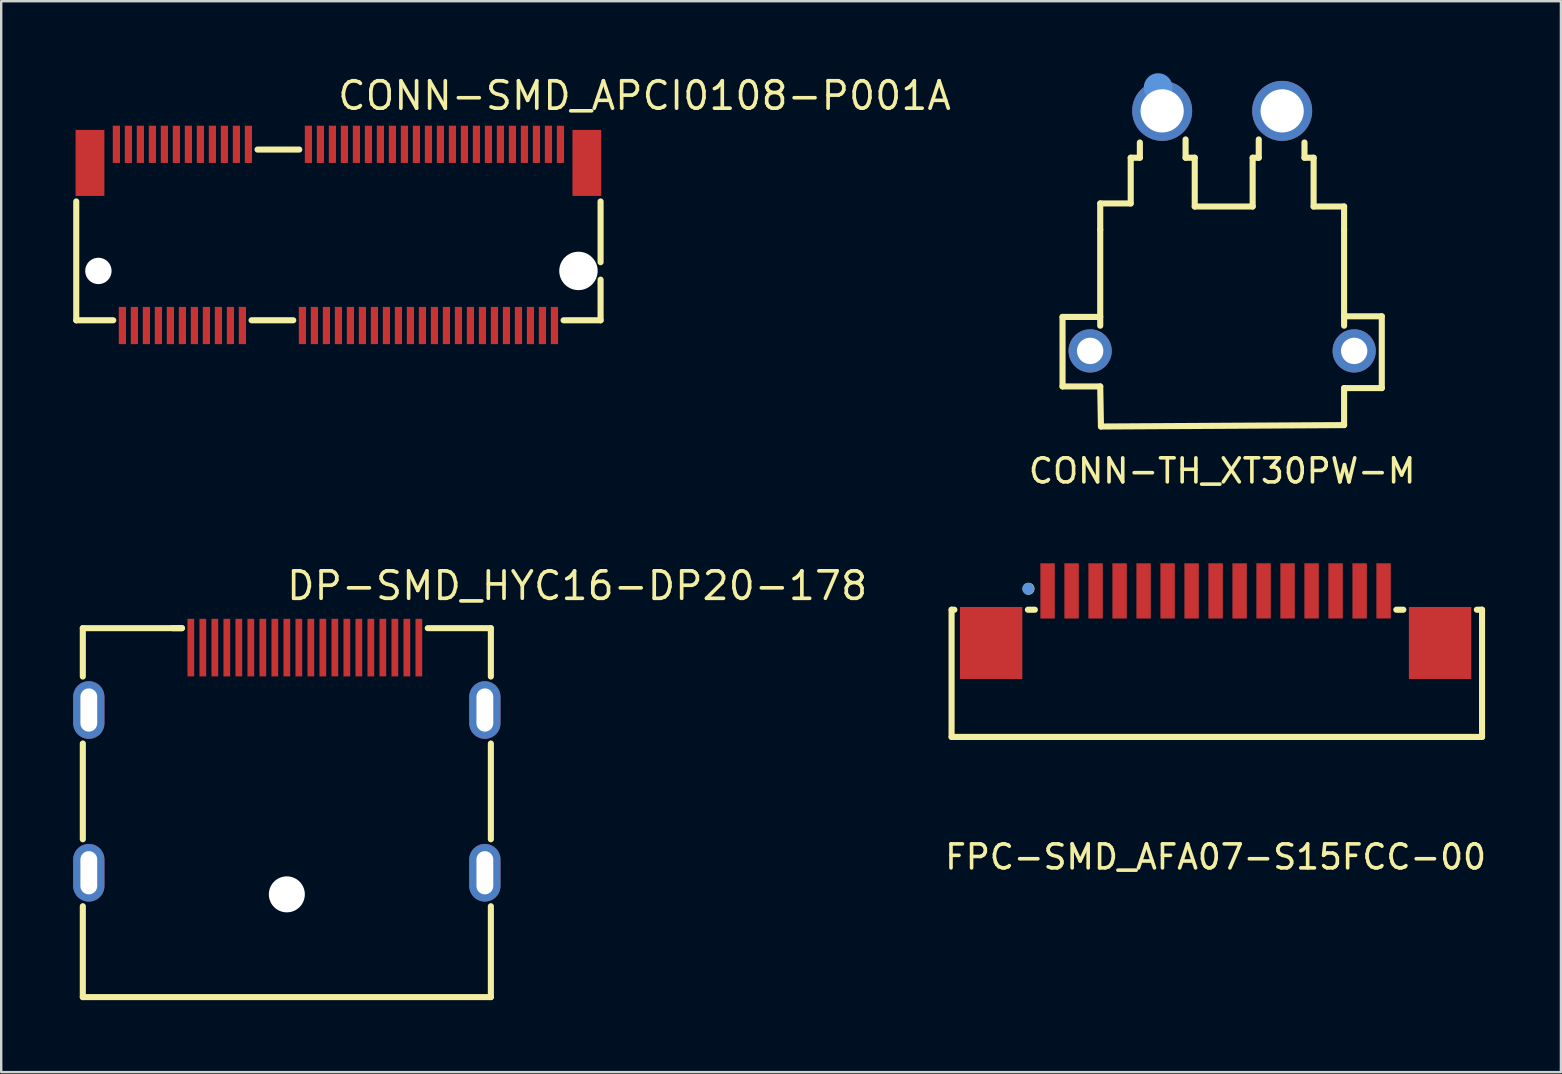
<source format=kicad_pcb>
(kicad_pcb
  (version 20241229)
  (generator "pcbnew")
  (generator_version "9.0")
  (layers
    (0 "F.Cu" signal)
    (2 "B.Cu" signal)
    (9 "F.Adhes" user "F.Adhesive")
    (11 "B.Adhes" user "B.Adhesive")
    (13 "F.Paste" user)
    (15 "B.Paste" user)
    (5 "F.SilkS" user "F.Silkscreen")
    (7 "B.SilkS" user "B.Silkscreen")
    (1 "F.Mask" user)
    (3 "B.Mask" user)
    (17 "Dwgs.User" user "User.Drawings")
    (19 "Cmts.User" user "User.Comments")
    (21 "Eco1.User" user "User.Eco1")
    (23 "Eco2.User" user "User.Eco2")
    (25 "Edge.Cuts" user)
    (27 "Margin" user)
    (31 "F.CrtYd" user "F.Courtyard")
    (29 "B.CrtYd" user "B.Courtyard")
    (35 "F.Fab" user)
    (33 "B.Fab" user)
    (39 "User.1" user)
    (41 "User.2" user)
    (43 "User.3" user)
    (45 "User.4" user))
  (footprint "CONN-TH_XT30PW-M"
    (layer "F.Cu")
    (at 47.867 6.569)
    (property "Reference" "CONN-TH_XT30PW-M" (at 0 10 0) (layer "F.SilkS") (effects (font (size 1 1) (thickness 0.15))))
    (attr through_hole)
    (fp_line (start -6.65 3.585) (end -6.65 6.48) (stroke (width 0.254) (type solid)) (layer "F.SilkS"))
    (fp_line (start -6.65 3.585) (end -5.08 3.585) (stroke (width 0.254) (type solid)) (layer "F.SilkS"))
    (fp_line (start -6.65 6.48) (end -5.08 6.48) (stroke (width 0.254) (type solid)) (layer "F.SilkS"))
    (fp_line (start -5.08 3.95) (end -5.08 -0.047) (stroke (width 0.254) (type solid)) (layer "F.SilkS"))
    (fp_line (start -5.08 6.481) (end -5.05 8.15) (stroke (width 0.254) (type solid)) (layer "F.SilkS"))
    (fp_line (start -5.08 -1.143) (end -5.08 -0.047) (stroke (width 0.254) (type solid)) (layer "F.SilkS"))
    (fp_line (start -5.05 8.15) (end 5.08 8.091) (stroke (width 0.254) (type solid)) (layer "F.SilkS"))
    (fp_line (start -3.81 -3.048) (end -3.81 -1.143) (stroke (width 0.254) (type solid)) (layer "F.SilkS"))
    (fp_line (start -3.81 -1.143) (end -5.08 -1.143) (stroke (width 0.254) (type solid)) (layer "F.SilkS"))
    (fp_line (start -3.429 -3.683) (end -3.429 -3.048) (stroke (width 0.254) (type solid)) (layer "F.SilkS"))
    (fp_line (start -3.429 -3.048) (end -3.81 -3.048) (stroke (width 0.254) (type solid)) (layer "F.SilkS"))
    (fp_line (start -1.524 -3.81) (end -1.524 -3.048) (stroke (width 0.254) (type solid)) (layer "F.SilkS"))
    (fp_line (start -1.524 -3.048) (end -1.143 -3.048) (stroke (width 0.254) (type solid)) (layer "F.SilkS"))
    (fp_line (start -1.143 -3.048) (end -1.143 -1.016) (stroke (width 0.254) (type solid)) (layer "F.SilkS"))
    (fp_line (start -1.143 -1.016) (end 1.27 -1.016) (stroke (width 0.254) (type solid)) (layer "F.SilkS"))
    (fp_line (start 1.27 -3.048) (end 1.524 -3.048) (stroke (width 0.254) (type solid)) (layer "F.SilkS"))
    (fp_line (start 1.27 -1.016) (end 1.27 -3.048) (stroke (width 0.254) (type solid)) (layer "F.SilkS"))
    (fp_line (start 1.524 -3.048) (end 1.524 -3.81) (stroke (width 0.254) (type solid)) (layer "F.SilkS"))
    (fp_line (start 3.429 -3.683) (end 3.429 -3.048) (stroke (width 0.254) (type solid)) (layer "F.SilkS"))
    (fp_line (start 3.429 -3.048) (end 3.81 -3.048) (stroke (width 0.254) (type solid)) (layer "F.SilkS"))
    (fp_line (start 3.81 -3.048) (end 3.81 -1.016) (stroke (width 0.254) (type solid)) (layer "F.SilkS"))
    (fp_line (start 3.81 -1.016) (end 5.08 -1.016) (stroke (width 0.254) (type solid)) (layer "F.SilkS"))
    (fp_line (start 5.08 3.559) (end 6.65 3.559) (stroke (width 0.254) (type solid)) (layer "F.SilkS"))
    (fp_line (start 5.08 3.95) (end 5.08 -0.047) (stroke (width 0.254) (type solid)) (layer "F.SilkS"))
    (fp_line (start 5.08 6.55) (end 6.65 6.55) (stroke (width 0.254) (type solid)) (layer "F.SilkS"))
    (fp_line (start 5.08 8.091) (end 5.08 6.549) (stroke (width 0.254) (type solid)) (layer "F.SilkS"))
    (fp_line (start 5.08 -1.016) (end 5.08 -0.047) (stroke (width 0.254) (type solid)) (layer "F.SilkS"))
    (fp_line (start 6.65 3.559) (end 6.65 6.55) (stroke (width 0.254) (type solid)) (layer "F.SilkS"))
    (fp_circle (center -2.667 -5.969) (end -2.667 -5.669) (stroke (width 0.6) (type solid)) (fill no) (layer "Cmts.User"))
    (pad "1" thru_hole circle (at -2.5 -5) (size 2.5 2.5) (drill 1.8) (layers "*.Cu" "*.Mask"))
    (pad "2" thru_hole circle (at 2.5 -5) (size 2.5 2.5) (drill 1.8) (layers "*.Cu" "*.Mask"))
    (pad "3" thru_hole circle (at 5.5 5) (size 1.8 1.8) (drill 1.1) (layers "*.Cu" "*.Mask"))
    (pad "4" thru_hole circle (at -5.5 5) (size 1.8 1.8) (drill 1.1) (layers "*.Cu" "*.Mask")))
  (footprint "DP-SMD_HYC16-DP20-178"
    (layer "F.Cu")
    (at 8.9 28.62)
    (property "Reference" "DP-SMD_HYC16-DP20-178" (at -0.088 -7.266 0) (layer "F.SilkS") (effects (font (size 1.143 1.143) (thickness 0.152)) (justify left)))
    (attr through_hole)
    (fp_line (start -8.5 -5.5) (end -8.5 -3.485) (stroke (width 0.254) (type solid)) (layer "F.SilkS"))
    (fp_line (start -8.5 -0.695) (end -8.5 3.295) (stroke (width 0.254) (type solid)) (layer "F.SilkS"))
    (fp_line (start -8.5 6.085) (end -8.5 9.87) (stroke (width 0.254) (type solid)) (layer "F.SilkS"))
    (fp_line (start -4.371 -5.5) (end -8.5 -5.5) (stroke (width 0.254) (type solid)) (layer "F.SilkS"))
    (fp_line (start -4.371 -5.5) (end -4.752 -5.5) (stroke (width 0.254) (type solid)) (layer "F.SilkS"))
    (fp_line (start 5.871 -5.5) (end 8.5 -5.5) (stroke (width 0.254) (type solid)) (layer "F.SilkS"))
    (fp_line (start 8.5 -5.5) (end 8.5 -3.485) (stroke (width 0.254) (type solid)) (layer "F.SilkS"))
    (fp_line (start 8.5 -0.695) (end 8.5 3.295) (stroke (width 0.254) (type solid)) (layer "F.SilkS"))
    (fp_line (start 8.5 6.085) (end 8.5 9.87) (stroke (width 0.254) (type solid)) (layer "F.SilkS"))
    (fp_line (start 8.5 9.87) (end -8.5 9.87) (stroke (width 0.254) (type solid)) (layer "F.SilkS"))
    (fp_circle (center 0 5.59) (end 0 5.915) (stroke (width 0.65) (type solid)) (fill no) (layer "Cmts.User"))
    (pad "" np_thru_hole circle (at 0 5.59) (size 1.5 1.5) (drill 1.5) (layers "*.Cu" "*.Mask"))
    (pad "1" smd rect (at 5.5 -4.69) (size 0.28 2.4) (layers "F.Cu" "F.Mask" "F.Paste"))
    (pad "2" smd rect (at 5 -4.69) (size 0.28 2.4) (layers "F.Cu" "F.Mask" "F.Paste"))
    (pad "3" smd rect (at 4.5 -4.69) (size 0.28 2.4) (layers "F.Cu" "F.Mask" "F.Paste"))
    (pad "4" smd rect (at 4 -4.69) (size 0.28 2.4) (layers "F.Cu" "F.Mask" "F.Paste"))
    (pad "5" smd rect (at 3.5 -4.69) (size 0.28 2.4) (layers "F.Cu" "F.Mask" "F.Paste"))
    (pad "6" smd rect (at 3 -4.69) (size 0.28 2.4) (layers "F.Cu" "F.Mask" "F.Paste"))
    (pad "7" smd rect (at 2.5 -4.69) (size 0.28 2.4) (layers "F.Cu" "F.Mask" "F.Paste"))
    (pad "8" smd rect (at 2 -4.69) (size 0.28 2.4) (layers "F.Cu" "F.Mask" "F.Paste"))
    (pad "9" smd rect (at 1.5 -4.69) (size 0.28 2.4) (layers "F.Cu" "F.Mask" "F.Paste"))
    (pad "10" smd rect (at 1 -4.69) (size 0.28 2.4) (layers "F.Cu" "F.Mask" "F.Paste"))
    (pad "11" smd rect (at 0.5 -4.69) (size 0.28 2.4) (layers "F.Cu" "F.Mask" "F.Paste"))
    (pad "12" smd rect (at 0 -4.69) (size 0.28 2.4) (layers "F.Cu" "F.Mask" "F.Paste"))
    (pad "13" smd rect (at -0.5 -4.69) (size 0.28 2.4) (layers "F.Cu" "F.Mask" "F.Paste"))
    (pad "14" smd rect (at -1 -4.69) (size 0.28 2.4) (layers "F.Cu" "F.Mask" "F.Paste"))
    (pad "15" smd rect (at -1.5 -4.69) (size 0.28 2.4) (layers "F.Cu" "F.Mask" "F.Paste"))
    (pad "16" smd rect (at -2 -4.69) (size 0.28 2.4) (layers "F.Cu" "F.Mask" "F.Paste"))
    (pad "17" smd rect (at -2.5 -4.69) (size 0.28 2.4) (layers "F.Cu" "F.Mask" "F.Paste"))
    (pad "18" smd rect (at -3 -4.69) (size 0.28 2.4) (layers "F.Cu" "F.Mask" "F.Paste"))
    (pad "19" smd rect (at -3.5 -4.69) (size 0.28 2.4) (layers "F.Cu" "F.Mask" "F.Paste"))
    (pad "20" smd rect (at -4 -4.69) (size 0.28 2.4) (layers "F.Cu" "F.Mask" "F.Paste"))
    (pad "21" thru_hole oval (at -8.25 -2.09) (size 1.3 2.4) (drill oval 0.7 1.8) (layers "*.Cu" "*.Mask"))
    (pad "22" thru_hole oval (at -8.25 4.69) (size 1.3 2.4) (drill oval 0.7 1.8) (layers "*.Cu" "*.Mask"))
    (pad "23" thru_hole oval (at 8.25 4.69) (size 1.3 2.4) (drill oval 0.7 1.8) (layers "*.Cu" "*.Mask"))
    (pad "24" thru_hole oval (at 8.25 -2.09) (size 1.3 2.4) (drill oval 0.7 1.8) (layers "*.Cu" "*.Mask")))
  (footprint "CONN-SMD_APCI0108-P001A"
    (layer "F.Cu")
    (at 11.049 6.737)
    (property "Reference" "CONN-SMD_APCI0108-P001A" (at -0.11 -5.801 0) (layer "F.SilkS") (effects (font (size 1.143 1.143) (thickness 0.152)) (justify left)))
    (attr through_hole)
    (fp_line (start -10.922 3.556) (end -10.922 -1.394) (stroke (width 0.254) (type solid)) (layer "F.SilkS"))
    (fp_line (start -9.381 3.556) (end -10.922 3.556) (stroke (width 0.254) (type solid)) (layer "F.SilkS"))
    (fp_line (start -3.369 -3.556) (end -1.631 -3.556) (stroke (width 0.254) (type solid)) (layer "F.SilkS"))
    (fp_line (start -1.881 3.556) (end -3.619 3.556) (stroke (width 0.254) (type solid)) (layer "F.SilkS"))
    (fp_line (start 10.922 -1.394) (end 10.922 1.136) (stroke (width 0.254) (type solid)) (layer "F.SilkS"))
    (fp_line (start 10.922 1.864) (end 10.922 3.556) (stroke (width 0.254) (type solid)) (layer "F.SilkS"))
    (fp_line (start 10.922 3.556) (end 9.381 3.556) (stroke (width 0.254) (type solid)) (layer "F.SilkS"))
    (fp_circle (center -10 1.5) (end -10 1.738) (stroke (width 0.475) (type solid)) (fill no) (layer "Cmts.User"))
    (fp_circle (center 10 1.5) (end 10 1.863) (stroke (width 0.725) (type solid)) (fill no) (layer "Cmts.User"))
    (pad "" np_thru_hole circle (at -10 1.5) (size 1.1 1.1) (drill 1.1) (layers "*.Cu" "*.Mask"))
    (pad "" np_thru_hole circle (at 10 1.5) (size 1.6 1.6) (drill 1.6) (layers "*.Cu" "*.Mask"))
    (pad "1" smd rect (at -9.25 -3.775) (size 0.3 1.55) (layers "F.Cu" "F.Mask" "F.Paste"))
    (pad "2" smd rect (at -9 3.775) (size 0.3 1.55) (layers "F.Cu" "F.Mask" "F.Paste"))
    (pad "3" smd rect (at -8.75 -3.775) (size 0.3 1.55) (layers "F.Cu" "F.Mask" "F.Paste"))
    (pad "4" smd rect (at -8.5 3.775) (size 0.3 1.55) (layers "F.Cu" "F.Mask" "F.Paste"))
    (pad "5" smd rect (at -8.25 -3.775) (size 0.3 1.55) (layers "F.Cu" "F.Mask" "F.Paste"))
    (pad "6" smd rect (at -8 3.775) (size 0.3 1.55) (layers "F.Cu" "F.Mask" "F.Paste"))
    (pad "7" smd rect (at -7.75 -3.775) (size 0.3 1.55) (layers "F.Cu" "F.Mask" "F.Paste"))
    (pad "8" smd rect (at -7.5 3.775) (size 0.3 1.55) (layers "F.Cu" "F.Mask" "F.Paste"))
    (pad "9" smd rect (at -7.25 -3.775) (size 0.3 1.55) (layers "F.Cu" "F.Mask" "F.Paste"))
    (pad "10" smd rect (at -7 3.775) (size 0.3 1.55) (layers "F.Cu" "F.Mask" "F.Paste"))
    (pad "11" smd rect (at -6.75 -3.775) (size 0.3 1.55) (layers "F.Cu" "F.Mask" "F.Paste"))
    (pad "12" smd rect (at -6.5 3.775) (size 0.3 1.55) (layers "F.Cu" "F.Mask" "F.Paste"))
    (pad "13" smd rect (at -6.25 -3.775) (size 0.3 1.55) (layers "F.Cu" "F.Mask" "F.Paste"))
    (pad "14" smd rect (at -6 3.775) (size 0.3 1.55) (layers "F.Cu" "F.Mask" "F.Paste"))
    (pad "15" smd rect (at -5.75 -3.775) (size 0.3 1.55) (layers "F.Cu" "F.Mask" "F.Paste"))
    (pad "16" smd rect (at -5.5 3.775) (size 0.3 1.55) (layers "F.Cu" "F.Mask" "F.Paste"))
    (pad "17" smd rect (at -5.25 -3.775) (size 0.3 1.55) (layers "F.Cu" "F.Mask" "F.Paste"))
    (pad "18" smd rect (at -5 3.775) (size 0.3 1.55) (layers "F.Cu" "F.Mask" "F.Paste"))
    (pad "19" smd rect (at -4.75 -3.775) (size 0.3 1.55) (layers "F.Cu" "F.Mask" "F.Paste"))
    (pad "20" smd rect (at -4.5 3.775) (size 0.3 1.55) (layers "F.Cu" "F.Mask" "F.Paste"))
    (pad "21" smd rect (at -4.25 -3.775) (size 0.3 1.55) (layers "F.Cu" "F.Mask" "F.Paste"))
    (pad "22" smd rect (at -4 3.775) (size 0.3 1.55) (layers "F.Cu" "F.Mask" "F.Paste"))
    (pad "23" smd rect (at -3.75 -3.775) (size 0.3 1.55) (layers "F.Cu" "F.Mask" "F.Paste"))
    (pad "32" smd rect (at -1.5 3.775) (size 0.3 1.55) (layers "F.Cu" "F.Mask" "F.Paste"))
    (pad "33" smd rect (at -1.25 -3.775) (size 0.3 1.55) (layers "F.Cu" "F.Mask" "F.Paste"))
    (pad "34" smd rect (at -1 3.775) (size 0.3 1.55) (layers "F.Cu" "F.Mask" "F.Paste"))
    (pad "35" smd rect (at -0.75 -3.775) (size 0.3 1.55) (layers "F.Cu" "F.Mask" "F.Paste"))
    (pad "36" smd rect (at -0.5 3.775) (size 0.3 1.55) (layers "F.Cu" "F.Mask" "F.Paste"))
    (pad "37" smd rect (at -0.25 -3.775) (size 0.3 1.55) (layers "F.Cu" "F.Mask" "F.Paste"))
    (pad "38" smd rect (at -0.000025 3.775) (size 0.3 1.55) (layers "F.Cu" "F.Mask" "F.Paste"))
    (pad "39" smd rect (at 0.25 -3.775) (size 0.3 1.55) (layers "F.Cu" "F.Mask" "F.Paste"))
    (pad "40" smd rect (at 0.5 3.775) (size 0.3 1.55) (layers "F.Cu" "F.Mask" "F.Paste"))
    (pad "41" smd rect (at 0.75 -3.775) (size 0.3 1.55) (layers "F.Cu" "F.Mask" "F.Paste"))
    (pad "42" smd rect (at 1 3.775) (size 0.3 1.55) (layers "F.Cu" "F.Mask" "F.Paste"))
    (pad "43" smd rect (at 1.25 -3.775) (size 0.3 1.55) (layers "F.Cu" "F.Mask" "F.Paste"))
    (pad "44" smd rect (at 1.5 3.775) (size 0.3 1.55) (layers "F.Cu" "F.Mask" "F.Paste"))
    (pad "45" smd rect (at 1.75 -3.775) (size 0.3 1.55) (layers "F.Cu" "F.Mask" "F.Paste"))
    (pad "46" smd rect (at 2 3.775) (size 0.3 1.55) (layers "F.Cu" "F.Mask" "F.Paste"))
    (pad "47" smd rect (at 2.25 -3.775) (size 0.3 1.55) (layers "F.Cu" "F.Mask" "F.Paste"))
    (pad "48" smd rect (at 2.5 3.775) (size 0.3 1.55) (layers "F.Cu" "F.Mask" "F.Paste"))
    (pad "49" smd rect (at 2.75 -3.775) (size 0.3 1.55) (layers "F.Cu" "F.Mask" "F.Paste"))
    (pad "50" smd rect (at 3 3.775) (size 0.3 1.55) (layers "F.Cu" "F.Mask" "F.Paste"))
    (pad "51" smd rect (at 3.25 -3.775) (size 0.3 1.55) (layers "F.Cu" "F.Mask" "F.Paste"))
    (pad "52" smd rect (at 3.5 3.775) (size 0.3 1.55) (layers "F.Cu" "F.Mask" "F.Paste"))
    (pad "53" smd rect (at 3.75 -3.775) (size 0.3 1.55) (layers "F.Cu" "F.Mask" "F.Paste"))
    (pad "54" smd rect (at 4 3.775) (size 0.3 1.55) (layers "F.Cu" "F.Mask" "F.Paste"))
    (pad "55" smd rect (at 4.25 -3.775) (size 0.3 1.55) (layers "F.Cu" "F.Mask" "F.Paste"))
    (pad "56" smd rect (at 4.5 3.775) (size 0.3 1.55) (layers "F.Cu" "F.Mask" "F.Paste"))
    (pad "57" smd rect (at 4.75 -3.775) (size 0.3 1.55) (layers "F.Cu" "F.Mask" "F.Paste"))
    (pad "58" smd rect (at 5 3.775) (size 0.3 1.55) (layers "F.Cu" "F.Mask" "F.Paste"))
    (pad "59" smd rect (at 5.25 -3.775) (size 0.3 1.55) (layers "F.Cu" "F.Mask" "F.Paste"))
    (pad "60" smd rect (at 5.5 3.775) (size 0.3 1.55) (layers "F.Cu" "F.Mask" "F.Paste"))
    (pad "61" smd rect (at 5.75 -3.775) (size 0.3 1.55) (layers "F.Cu" "F.Mask" "F.Paste"))
    (pad "62" smd rect (at 6 3.775) (size 0.3 1.55) (layers "F.Cu" "F.Mask" "F.Paste"))
    (pad "63" smd rect (at 6.25 -3.775) (size 0.3 1.55) (layers "F.Cu" "F.Mask" "F.Paste"))
    (pad "64" smd rect (at 6.5 3.775) (size 0.3 1.55) (layers "F.Cu" "F.Mask" "F.Paste"))
    (pad "65" smd rect (at 6.75 -3.775) (size 0.3 1.55) (layers "F.Cu" "F.Mask" "F.Paste"))
    (pad "66" smd rect (at 7 3.775) (size 0.3 1.55) (layers "F.Cu" "F.Mask" "F.Paste"))
    (pad "67" smd rect (at 7.25 -3.775) (size 0.3 1.55) (layers "F.Cu" "F.Mask" "F.Paste"))
    (pad "68" smd rect (at 7.5 3.775) (size 0.3 1.55) (layers "F.Cu" "F.Mask" "F.Paste"))
    (pad "69" smd rect (at 7.75 -3.775) (size 0.3 1.55) (layers "F.Cu" "F.Mask" "F.Paste"))
    (pad "70" smd rect (at 8 3.775) (size 0.3 1.55) (layers "F.Cu" "F.Mask" "F.Paste"))
    (pad "71" smd rect (at 8.25 -3.775) (size 0.3 1.55) (layers "F.Cu" "F.Mask" "F.Paste"))
    (pad "72" smd rect (at 8.5 3.775) (size 0.3 1.55) (layers "F.Cu" "F.Mask" "F.Paste"))
    (pad "73" smd rect (at 8.75 -3.775) (size 0.3 1.55) (layers "F.Cu" "F.Mask" "F.Paste"))
    (pad "74" smd rect (at 9 3.775) (size 0.3 1.55) (layers "F.Cu" "F.Mask" "F.Paste"))
    (pad "75" smd rect (at 9.25 -3.775) (size 0.3 1.55) (layers "F.Cu" "F.Mask" "F.Paste"))
    (pad "76" smd rect (at -10.35 -3) (size 1.2 2.75) (layers "F.Cu" "F.Mask" "F.Paste"))
    (pad "77" smd rect (at 10.35 -3) (size 1.2 2.75) (layers "F.Cu" "F.Mask" "F.Paste")))
  (footprint "FPC-SMD_AFA07-S15FCC-00"
    (layer "F.Cu")
    (at 47.594 22.652)
    (property "Reference" "FPC-SMD_AFA07-S15FCC-00" (at 0 10 0) (layer "F.SilkS") (effects (font (size 1 1) (thickness 0.15))))
    (attr through_hole)
    (fp_line (start -11 -0.3) (end -11 5) (stroke (width 0.254) (type solid)) (layer "F.SilkS"))
    (fp_line (start -11 5) (end 11.1 5) (stroke (width 0.254) (type solid)) (layer "F.SilkS"))
    (fp_line (start -10.883 -0.3) (end -11 -0.3) (stroke (width 0.254) (type solid)) (layer "F.SilkS"))
    (fp_line (start -7.531 -0.3) (end -7.821 -0.3) (stroke (width 0.254) (type solid)) (layer "F.SilkS"))
    (fp_line (start 7.821 -0.3) (end 7.529 -0.3) (stroke (width 0.254) (type solid)) (layer "F.SilkS"))
    (fp_line (start 11.1 -0.3) (end 10.883 -0.3) (stroke (width 0.254) (type solid)) (layer "F.SilkS"))
    (fp_line (start 11.1 5) (end 11.1 -0.3) (stroke (width 0.254) (type solid)) (layer "F.SilkS"))
    (fp_circle (center -7.794 -1.174) (end -7.794 -1.049) (stroke (width 0.25) (type solid)) (fill no) (layer "F.SilkS"))
    (fp_circle (center -7.808 -1.173) (end -7.808 -1.048) (stroke (width 0.25) (type solid)) (fill no) (layer "Cmts.User"))
    (pad "1" smd rect (at -7 -1.084) (size 0.6 2.3) (layers "F.Cu" "F.Mask" "F.Paste"))
    (pad "2" smd rect (at -6 -1.084) (size 0.6 2.3) (layers "F.Cu" "F.Mask" "F.Paste"))
    (pad "3" smd rect (at -5 -1.084) (size 0.6 2.3) (layers "F.Cu" "F.Mask" "F.Paste"))
    (pad "4" smd rect (at -4 -1.084) (size 0.6 2.3) (layers "F.Cu" "F.Mask" "F.Paste"))
    (pad "5" smd rect (at -3 -1.084) (size 0.6 2.3) (layers "F.Cu" "F.Mask" "F.Paste"))
    (pad "6" smd rect (at -2 -1.084) (size 0.6 2.3) (layers "F.Cu" "F.Mask" "F.Paste"))
    (pad "7" smd rect (at -1 -1.084) (size 0.6 2.3) (layers "F.Cu" "F.Mask" "F.Paste"))
    (pad "8" smd rect (at 0.000127 -1.084) (size 0.6 2.3) (layers "F.Cu" "F.Mask" "F.Paste"))
    (pad "9" smd rect (at 1 -1.084) (size 0.6 2.3) (layers "F.Cu" "F.Mask" "F.Paste"))
    (pad "10" smd rect (at 1.998 -1.085) (size 0.6 2.3) (layers "F.Cu" "F.Mask" "F.Paste"))
    (pad "11" smd rect (at 2.998 -1.085) (size 0.6 2.3) (layers "F.Cu" "F.Mask" "F.Paste"))
    (pad "12" smd rect (at 3.998 -1.085) (size 0.6 2.3) (layers "F.Cu" "F.Mask" "F.Paste"))
    (pad "13" smd rect (at 4.998 -1.085) (size 0.6 2.3) (layers "F.Cu" "F.Mask" "F.Paste"))
    (pad "14" smd rect (at 6 -1.084) (size 0.6 2.3) (layers "F.Cu" "F.Mask" "F.Paste"))
    (pad "15" smd rect (at 6.998 -1.085) (size 0.6 2.3) (layers "F.Cu" "F.Mask" "F.Paste"))
    (pad "16" smd rect (at -9.352 1.085) (size 2.6 3) (layers "F.Cu" "F.Mask" "F.Paste"))
    (pad "17" smd rect (at 9.352 1.085) (size 2.6 3) (layers "F.Cu" "F.Mask" "F.Paste")))
  (gr_rect
    (start -3 -3)
    (end 61.98 41.617)
    (stroke (width 0.1) (type default))
    (fill no)
    (layer "Edge.Cuts")))
</source>
